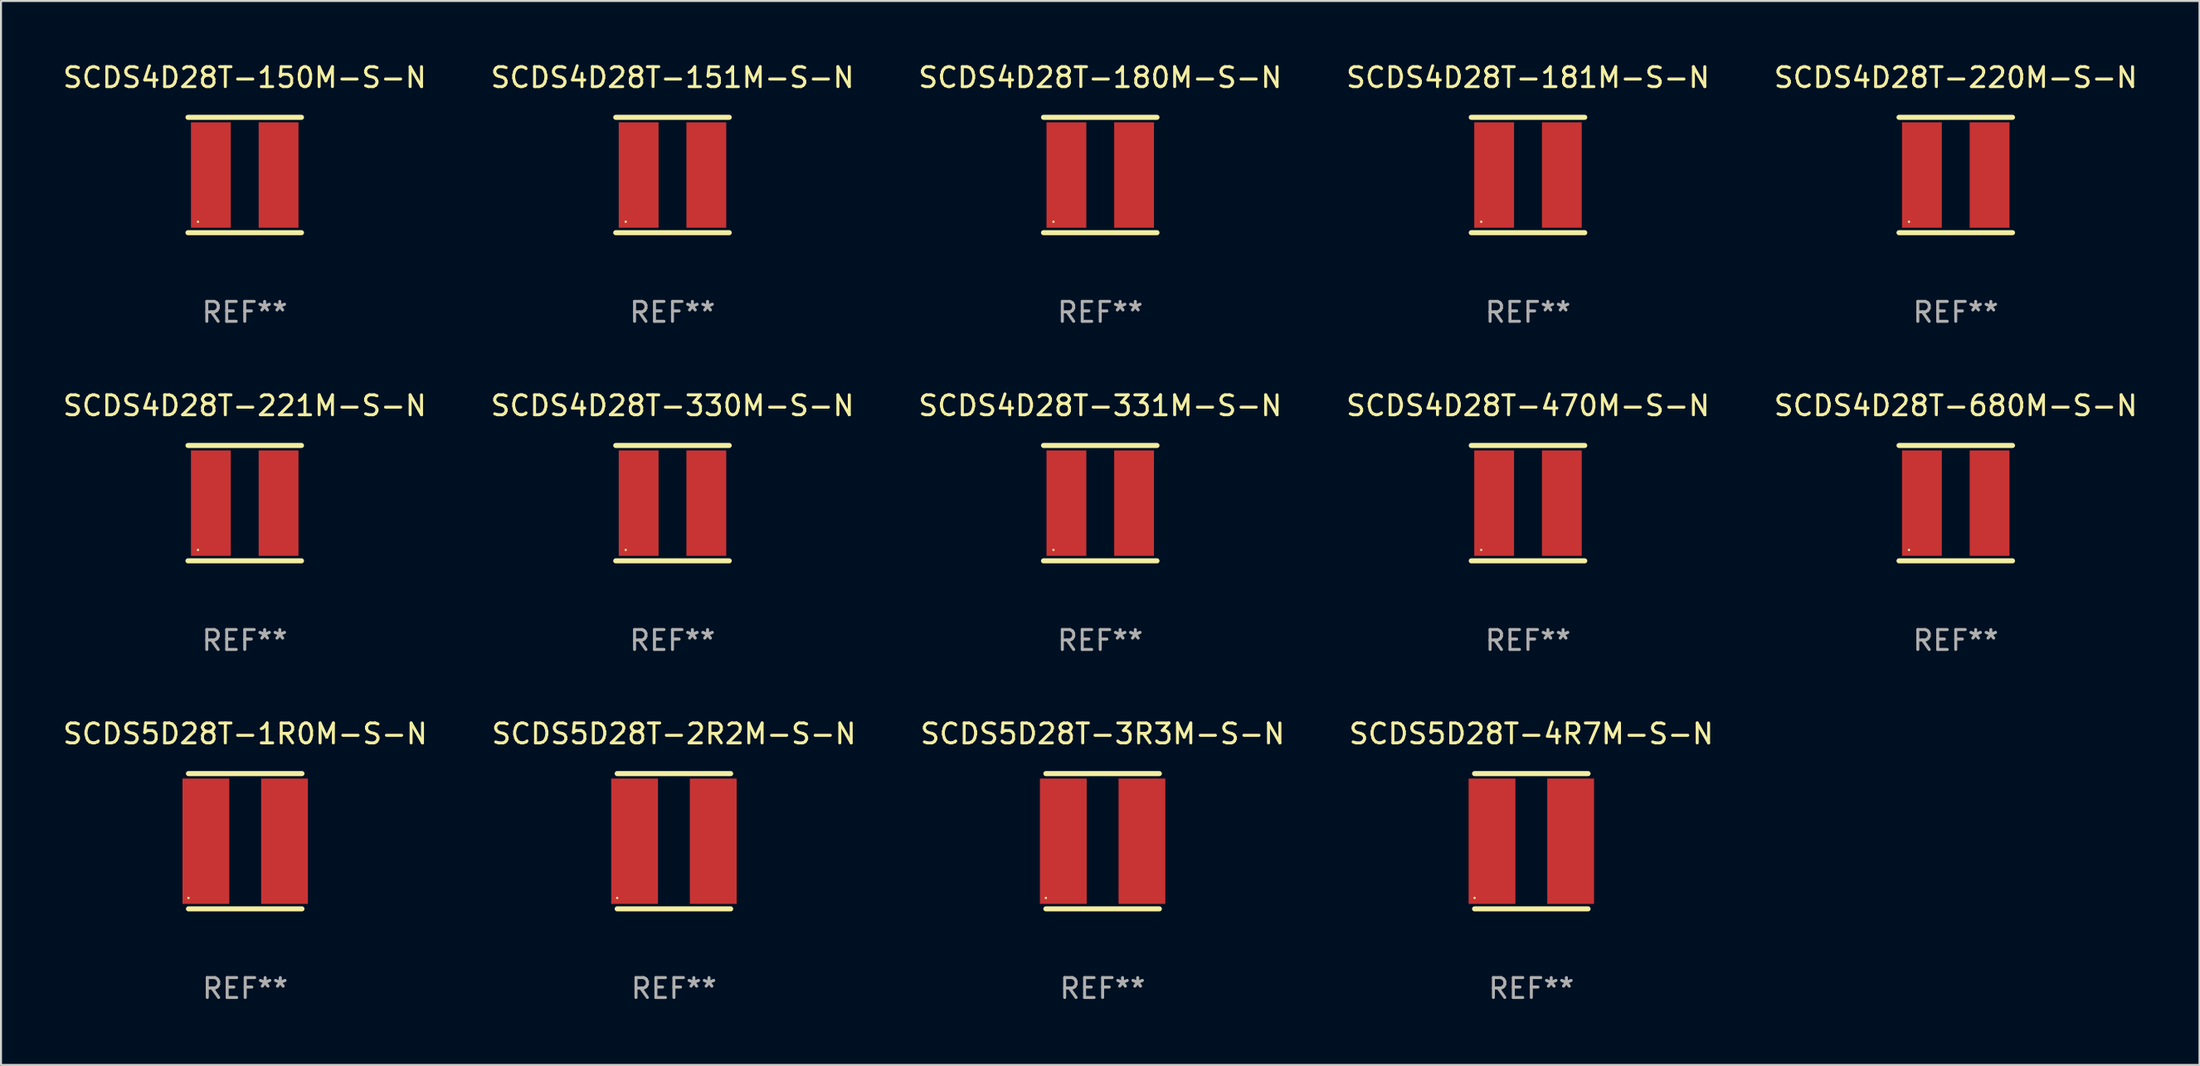
<source format=kicad_pcb>
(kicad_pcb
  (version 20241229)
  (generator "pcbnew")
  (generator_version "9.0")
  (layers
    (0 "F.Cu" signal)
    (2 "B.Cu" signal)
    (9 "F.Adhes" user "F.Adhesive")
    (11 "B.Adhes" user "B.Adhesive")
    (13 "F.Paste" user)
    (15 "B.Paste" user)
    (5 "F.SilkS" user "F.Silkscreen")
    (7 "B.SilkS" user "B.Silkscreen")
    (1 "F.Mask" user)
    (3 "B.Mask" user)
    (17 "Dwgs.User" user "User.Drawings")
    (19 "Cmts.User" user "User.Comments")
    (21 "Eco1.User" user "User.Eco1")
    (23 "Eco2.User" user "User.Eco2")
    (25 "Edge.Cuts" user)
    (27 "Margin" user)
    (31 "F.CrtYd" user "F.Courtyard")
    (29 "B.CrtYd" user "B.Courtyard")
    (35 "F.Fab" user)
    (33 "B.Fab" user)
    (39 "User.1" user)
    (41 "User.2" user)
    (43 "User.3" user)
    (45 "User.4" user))
  (footprint "SCDS4D28T-151M-S-N"
    (layer "F.Cu")
    (at 30.732 5.748)
    (property "Reference" "SCDS4D28T-151M-S-N" (at 0 -4.9 0) (layer "F.SilkS") (effects (font (size 1 1) (thickness 0.15))))
    (attr through_hole)
    (fp_line (start -2.85 -2.9) (end 2.85 -2.9) (stroke (width 0.254) (type solid)) (layer "F.SilkS"))
    (fp_line (start -2.85 2.9) (end 2.85 2.9) (stroke (width 0.254) (type solid)) (layer "F.SilkS"))
    (fp_circle (center -2.35 2.35) (end -2.32 2.35) (stroke (width 0.06) (type solid)) (fill no) (layer "F.SilkS"))
    (fp_text user "REF**" (at 0 6.9 0) (layer "F.Fab") (effects (font (size 1 1) (thickness 0.15))))
    (pad "1" smd rect (at -1.7 0) (size 2 5.3) (layers "F.Cu" "F.Mask" "F.Paste"))
    (pad "2" smd rect (at 1.7 0) (size 2 5.3) (layers "F.Cu" "F.Mask" "F.Paste")))
  (footprint "SCDS4D28T-330M-S-N"
    (layer "F.Cu")
    (at 30.732 22.245)
    (property "Reference" "SCDS4D28T-330M-S-N" (at 0 -4.9 0) (layer "F.SilkS") (effects (font (size 1 1) (thickness 0.15))))
    (attr through_hole)
    (fp_line (start -2.85 -2.9) (end 2.85 -2.9) (stroke (width 0.254) (type solid)) (layer "F.SilkS"))
    (fp_line (start -2.85 2.9) (end 2.85 2.9) (stroke (width 0.254) (type solid)) (layer "F.SilkS"))
    (fp_circle (center -2.35 2.35) (end -2.32 2.35) (stroke (width 0.06) (type solid)) (fill no) (layer "F.SilkS"))
    (fp_text user "REF**" (at 0 6.9 0) (layer "F.Fab") (effects (font (size 1 1) (thickness 0.15))))
    (pad "1" smd rect (at -1.7 0) (size 2 5.3) (layers "F.Cu" "F.Mask" "F.Paste"))
    (pad "2" smd rect (at 1.7 0) (size 2 5.3) (layers "F.Cu" "F.Mask" "F.Paste")))
  (footprint "SCDS4D28T-470M-S-N"
    (layer "F.Cu")
    (at 73.708 22.245)
    (property "Reference" "SCDS4D28T-470M-S-N" (at 0 -4.9 0) (layer "F.SilkS") (effects (font (size 1 1) (thickness 0.15))))
    (attr through_hole)
    (fp_line (start -2.85 -2.9) (end 2.85 -2.9) (stroke (width 0.254) (type solid)) (layer "F.SilkS"))
    (fp_line (start -2.85 2.9) (end 2.85 2.9) (stroke (width 0.254) (type solid)) (layer "F.SilkS"))
    (fp_circle (center -2.35 2.35) (end -2.32 2.35) (stroke (width 0.06) (type solid)) (fill no) (layer "F.SilkS"))
    (fp_text user "REF**" (at 0 6.9 0) (layer "F.Fab") (effects (font (size 1 1) (thickness 0.15))))
    (pad "1" smd rect (at -1.7 0) (size 2 5.3) (layers "F.Cu" "F.Mask" "F.Paste"))
    (pad "2" smd rect (at 1.7 0) (size 2 5.3) (layers "F.Cu" "F.Mask" "F.Paste")))
  (footprint "SCDS5D28T-1R0M-S-N"
    (layer "F.Cu")
    (at 9.268 39.241)
    (property "Reference" "SCDS5D28T-1R0M-S-N" (at 0 -5.4 0) (layer "F.SilkS") (effects (font (size 1 1) (thickness 0.15))))
    (attr through_hole)
    (fp_line (start -2.85 -3.4) (end 2.85 -3.4) (stroke (width 0.254) (type solid)) (layer "F.SilkS"))
    (fp_line (start -2.85 3.4) (end 2.85 3.4) (stroke (width 0.254) (type solid)) (layer "F.SilkS"))
    (fp_circle (center -2.85 2.85) (end -2.82 2.85) (stroke (width 0.06) (type solid)) (fill no) (layer "F.SilkS"))
    (fp_text user "REF**" (at 0 7.4 0) (layer "F.Fab") (effects (font (size 1 1) (thickness 0.15))))
    (pad "1" smd rect (at -1.975 0 90) (size 6.3 2.35) (layers "F.Cu" "F.Mask" "F.Paste"))
    (pad "2" smd rect (at 1.975 0 90) (size 6.3 2.35) (layers "F.Cu" "F.Mask" "F.Paste")))
  (footprint "SCDS4D28T-180M-S-N"
    (layer "F.Cu")
    (at 52.22 5.748)
    (property "Reference" "SCDS4D28T-180M-S-N" (at 0 -4.9 0) (layer "F.SilkS") (effects (font (size 1 1) (thickness 0.15))))
    (attr through_hole)
    (fp_line (start -2.85 -2.9) (end 2.85 -2.9) (stroke (width 0.254) (type solid)) (layer "F.SilkS"))
    (fp_line (start -2.85 2.9) (end 2.85 2.9) (stroke (width 0.254) (type solid)) (layer "F.SilkS"))
    (fp_circle (center -2.35 2.35) (end -2.32 2.35) (stroke (width 0.06) (type solid)) (fill no) (layer "F.SilkS"))
    (fp_text user "REF**" (at 0 6.9 0) (layer "F.Fab") (effects (font (size 1 1) (thickness 0.15))))
    (pad "1" smd rect (at -1.7 0) (size 2 5.3) (layers "F.Cu" "F.Mask" "F.Paste"))
    (pad "2" smd rect (at 1.7 0) (size 2 5.3) (layers "F.Cu" "F.Mask" "F.Paste")))
  (footprint "SCDS5D28T-4R7M-S-N"
    (layer "F.Cu")
    (at 73.875 39.241)
    (property "Reference" "SCDS5D28T-4R7M-S-N" (at 0 -5.4 0) (layer "F.SilkS") (effects (font (size 1 1) (thickness 0.15))))
    (attr through_hole)
    (fp_line (start -2.85 -3.4) (end 2.85 -3.4) (stroke (width 0.254) (type solid)) (layer "F.SilkS"))
    (fp_line (start -2.85 3.4) (end 2.85 3.4) (stroke (width 0.254) (type solid)) (layer "F.SilkS"))
    (fp_circle (center -2.85 2.85) (end -2.82 2.85) (stroke (width 0.06) (type solid)) (fill no) (layer "F.SilkS"))
    (fp_text user "REF**" (at 0 7.4 0) (layer "F.Fab") (effects (font (size 1 1) (thickness 0.15))))
    (pad "1" smd rect (at -1.975 0 90) (size 6.3 2.35) (layers "F.Cu" "F.Mask" "F.Paste"))
    (pad "2" smd rect (at 1.975 0 90) (size 6.3 2.35) (layers "F.Cu" "F.Mask" "F.Paste")))
  (footprint "SCDS4D28T-220M-S-N"
    (layer "F.Cu")
    (at 95.196 5.748)
    (property "Reference" "SCDS4D28T-220M-S-N" (at 0 -4.9 0) (layer "F.SilkS") (effects (font (size 1 1) (thickness 0.15))))
    (attr through_hole)
    (fp_line (start -2.85 -2.9) (end 2.85 -2.9) (stroke (width 0.254) (type solid)) (layer "F.SilkS"))
    (fp_line (start -2.85 2.9) (end 2.85 2.9) (stroke (width 0.254) (type solid)) (layer "F.SilkS"))
    (fp_circle (center -2.35 2.35) (end -2.32 2.35) (stroke (width 0.06) (type solid)) (fill no) (layer "F.SilkS"))
    (fp_text user "REF**" (at 0 6.9 0) (layer "F.Fab") (effects (font (size 1 1) (thickness 0.15))))
    (pad "1" smd rect (at -1.7 0) (size 2 5.3) (layers "F.Cu" "F.Mask" "F.Paste"))
    (pad "2" smd rect (at 1.7 0) (size 2 5.3) (layers "F.Cu" "F.Mask" "F.Paste")))
  (footprint "SCDS4D28T-221M-S-N"
    (layer "F.Cu")
    (at 9.244 22.245)
    (property "Reference" "SCDS4D28T-221M-S-N" (at 0 -4.9 0) (layer "F.SilkS") (effects (font (size 1 1) (thickness 0.15))))
    (attr through_hole)
    (fp_line (start -2.85 -2.9) (end 2.85 -2.9) (stroke (width 0.254) (type solid)) (layer "F.SilkS"))
    (fp_line (start -2.85 2.9) (end 2.85 2.9) (stroke (width 0.254) (type solid)) (layer "F.SilkS"))
    (fp_circle (center -2.35 2.35) (end -2.32 2.35) (stroke (width 0.06) (type solid)) (fill no) (layer "F.SilkS"))
    (fp_text user "REF**" (at 0 6.9 0) (layer "F.Fab") (effects (font (size 1 1) (thickness 0.15))))
    (pad "1" smd rect (at -1.7 0) (size 2 5.3) (layers "F.Cu" "F.Mask" "F.Paste"))
    (pad "2" smd rect (at 1.7 0) (size 2 5.3) (layers "F.Cu" "F.Mask" "F.Paste")))
  (footprint "SCDS5D28T-3R3M-S-N"
    (layer "F.Cu")
    (at 52.339 39.241)
    (property "Reference" "SCDS5D28T-3R3M-S-N" (at 0 -5.4 0) (layer "F.SilkS") (effects (font (size 1 1) (thickness 0.15))))
    (attr through_hole)
    (fp_line (start -2.85 -3.4) (end 2.85 -3.4) (stroke (width 0.254) (type solid)) (layer "F.SilkS"))
    (fp_line (start -2.85 3.4) (end 2.85 3.4) (stroke (width 0.254) (type solid)) (layer "F.SilkS"))
    (fp_circle (center -2.85 2.85) (end -2.82 2.85) (stroke (width 0.06) (type solid)) (fill no) (layer "F.SilkS"))
    (fp_text user "REF**" (at 0 7.4 0) (layer "F.Fab") (effects (font (size 1 1) (thickness 0.15))))
    (pad "1" smd rect (at -1.975 0 90) (size 6.3 2.35) (layers "F.Cu" "F.Mask" "F.Paste"))
    (pad "2" smd rect (at 1.975 0 90) (size 6.3 2.35) (layers "F.Cu" "F.Mask" "F.Paste")))
  (footprint "SCDS4D28T-331M-S-N"
    (layer "F.Cu")
    (at 52.22 22.245)
    (property "Reference" "SCDS4D28T-331M-S-N" (at 0 -4.9 0) (layer "F.SilkS") (effects (font (size 1 1) (thickness 0.15))))
    (attr through_hole)
    (fp_line (start -2.85 -2.9) (end 2.85 -2.9) (stroke (width 0.254) (type solid)) (layer "F.SilkS"))
    (fp_line (start -2.85 2.9) (end 2.85 2.9) (stroke (width 0.254) (type solid)) (layer "F.SilkS"))
    (fp_circle (center -2.35 2.35) (end -2.32 2.35) (stroke (width 0.06) (type solid)) (fill no) (layer "F.SilkS"))
    (fp_text user "REF**" (at 0 6.9 0) (layer "F.Fab") (effects (font (size 1 1) (thickness 0.15))))
    (pad "1" smd rect (at -1.7 0) (size 2 5.3) (layers "F.Cu" "F.Mask" "F.Paste"))
    (pad "2" smd rect (at 1.7 0) (size 2 5.3) (layers "F.Cu" "F.Mask" "F.Paste")))
  (footprint "SCDS4D28T-150M-S-N"
    (layer "F.Cu")
    (at 9.244 5.748)
    (property "Reference" "SCDS4D28T-150M-S-N" (at 0 -4.9 0) (layer "F.SilkS") (effects (font (size 1 1) (thickness 0.15))))
    (attr through_hole)
    (fp_line (start -2.85 -2.9) (end 2.85 -2.9) (stroke (width 0.254) (type solid)) (layer "F.SilkS"))
    (fp_line (start -2.85 2.9) (end 2.85 2.9) (stroke (width 0.254) (type solid)) (layer "F.SilkS"))
    (fp_circle (center -2.35 2.35) (end -2.32 2.35) (stroke (width 0.06) (type solid)) (fill no) (layer "F.SilkS"))
    (fp_text user "REF**" (at 0 6.9 0) (layer "F.Fab") (effects (font (size 1 1) (thickness 0.15))))
    (pad "1" smd rect (at -1.7 0) (size 2 5.3) (layers "F.Cu" "F.Mask" "F.Paste"))
    (pad "2" smd rect (at 1.7 0) (size 2 5.3) (layers "F.Cu" "F.Mask" "F.Paste")))
  (footprint "SCDS5D28T-2R2M-S-N"
    (layer "F.Cu")
    (at 30.804 39.241)
    (property "Reference" "SCDS5D28T-2R2M-S-N" (at 0 -5.4 0) (layer "F.SilkS") (effects (font (size 1 1) (thickness 0.15))))
    (attr through_hole)
    (fp_line (start -2.85 -3.4) (end 2.85 -3.4) (stroke (width 0.254) (type solid)) (layer "F.SilkS"))
    (fp_line (start -2.85 3.4) (end 2.85 3.4) (stroke (width 0.254) (type solid)) (layer "F.SilkS"))
    (fp_circle (center -2.85 2.85) (end -2.82 2.85) (stroke (width 0.06) (type solid)) (fill no) (layer "F.SilkS"))
    (fp_text user "REF**" (at 0 7.4 0) (layer "F.Fab") (effects (font (size 1 1) (thickness 0.15))))
    (pad "1" smd rect (at -1.975 0 90) (size 6.3 2.35) (layers "F.Cu" "F.Mask" "F.Paste"))
    (pad "2" smd rect (at 1.975 0 90) (size 6.3 2.35) (layers "F.Cu" "F.Mask" "F.Paste")))
  (footprint "SCDS4D28T-181M-S-N"
    (layer "F.Cu")
    (at 73.708 5.748)
    (property "Reference" "SCDS4D28T-181M-S-N" (at 0 -4.9 0) (layer "F.SilkS") (effects (font (size 1 1) (thickness 0.15))))
    (attr through_hole)
    (fp_line (start -2.85 -2.9) (end 2.85 -2.9) (stroke (width 0.254) (type solid)) (layer "F.SilkS"))
    (fp_line (start -2.85 2.9) (end 2.85 2.9) (stroke (width 0.254) (type solid)) (layer "F.SilkS"))
    (fp_circle (center -2.35 2.35) (end -2.32 2.35) (stroke (width 0.06) (type solid)) (fill no) (layer "F.SilkS"))
    (fp_text user "REF**" (at 0 6.9 0) (layer "F.Fab") (effects (font (size 1 1) (thickness 0.15))))
    (pad "1" smd rect (at -1.7 0) (size 2 5.3) (layers "F.Cu" "F.Mask" "F.Paste"))
    (pad "2" smd rect (at 1.7 0) (size 2 5.3) (layers "F.Cu" "F.Mask" "F.Paste")))
  (footprint "SCDS4D28T-680M-S-N"
    (layer "F.Cu")
    (at 95.196 22.245)
    (property "Reference" "SCDS4D28T-680M-S-N" (at 0 -4.9 0) (layer "F.SilkS") (effects (font (size 1 1) (thickness 0.15))))
    (attr through_hole)
    (fp_line (start -2.85 -2.9) (end 2.85 -2.9) (stroke (width 0.254) (type solid)) (layer "F.SilkS"))
    (fp_line (start -2.85 2.9) (end 2.85 2.9) (stroke (width 0.254) (type solid)) (layer "F.SilkS"))
    (fp_circle (center -2.35 2.35) (end -2.32 2.35) (stroke (width 0.06) (type solid)) (fill no) (layer "F.SilkS"))
    (fp_text user "REF**" (at 0 6.9 0) (layer "F.Fab") (effects (font (size 1 1) (thickness 0.15))))
    (pad "1" smd rect (at -1.7 0) (size 2 5.3) (layers "F.Cu" "F.Mask" "F.Paste"))
    (pad "2" smd rect (at 1.7 0) (size 2 5.3) (layers "F.Cu" "F.Mask" "F.Paste")))
  (gr_rect
    (start -3 -3)
    (end 107.44 50.489)
    (stroke (width 0.1) (type default))
    (fill no)
    (layer "Edge.Cuts")))
</source>
